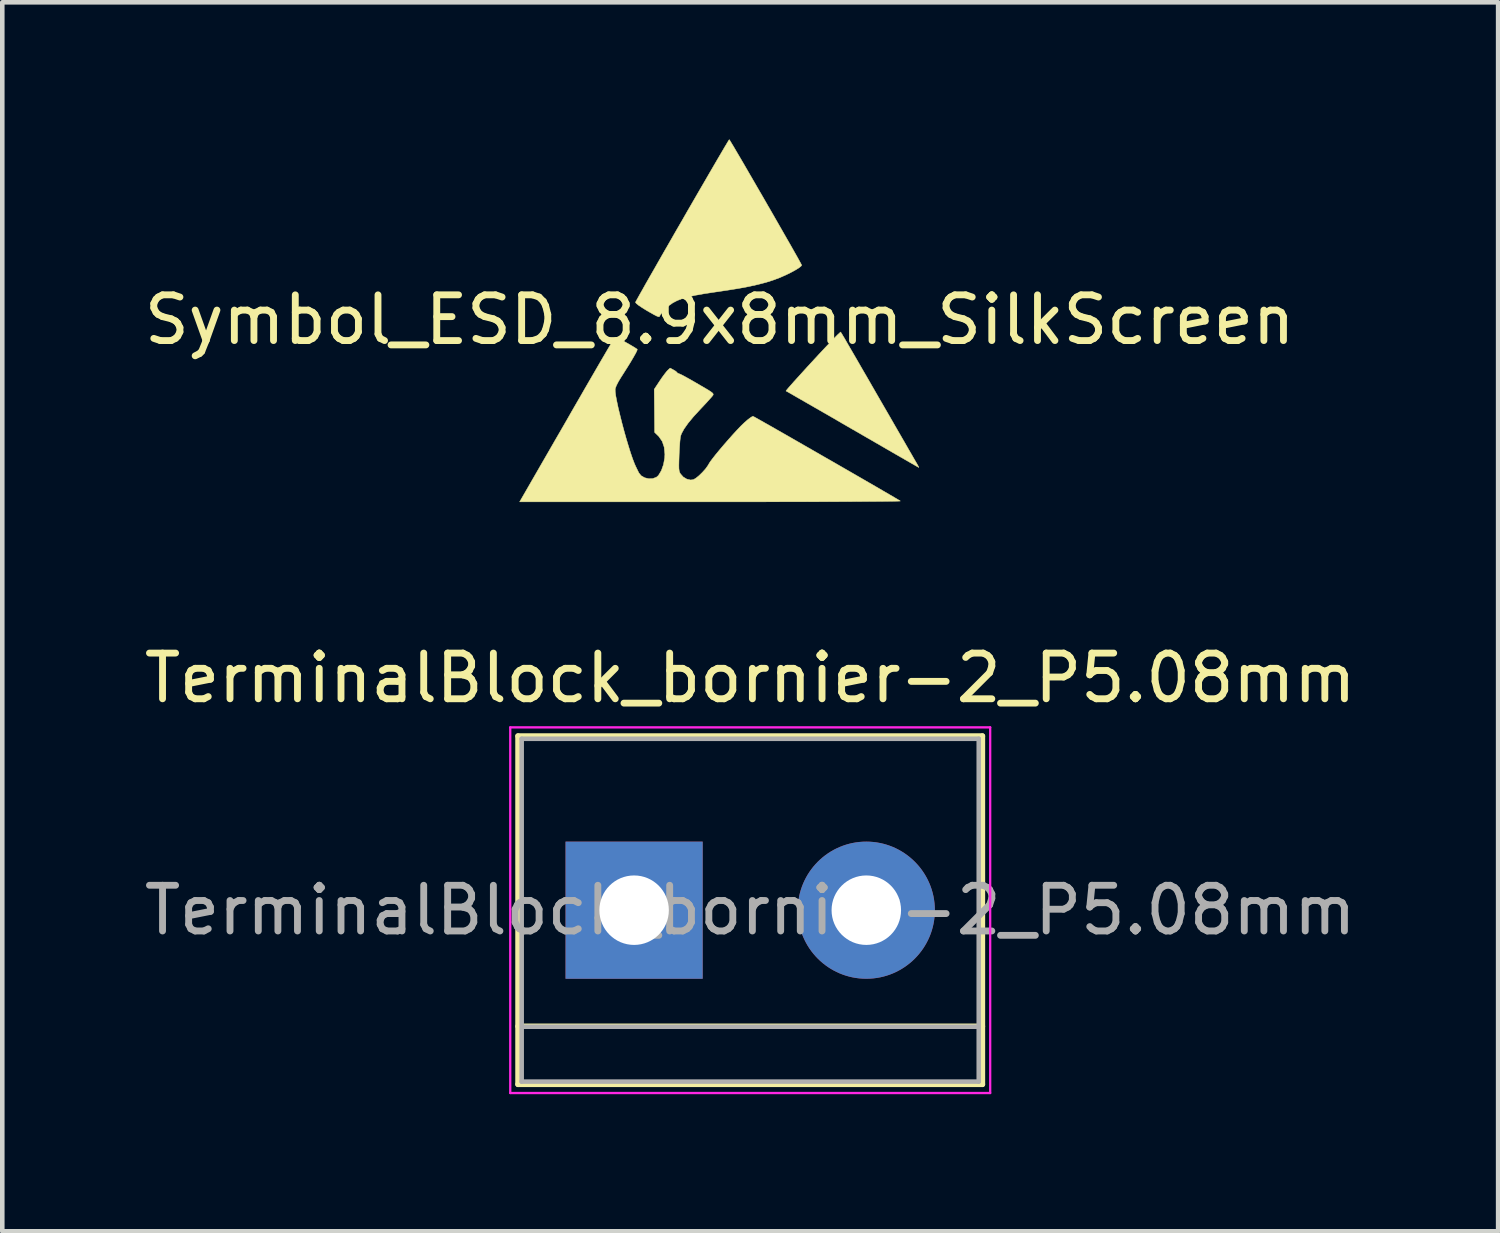
<source format=kicad_pcb>
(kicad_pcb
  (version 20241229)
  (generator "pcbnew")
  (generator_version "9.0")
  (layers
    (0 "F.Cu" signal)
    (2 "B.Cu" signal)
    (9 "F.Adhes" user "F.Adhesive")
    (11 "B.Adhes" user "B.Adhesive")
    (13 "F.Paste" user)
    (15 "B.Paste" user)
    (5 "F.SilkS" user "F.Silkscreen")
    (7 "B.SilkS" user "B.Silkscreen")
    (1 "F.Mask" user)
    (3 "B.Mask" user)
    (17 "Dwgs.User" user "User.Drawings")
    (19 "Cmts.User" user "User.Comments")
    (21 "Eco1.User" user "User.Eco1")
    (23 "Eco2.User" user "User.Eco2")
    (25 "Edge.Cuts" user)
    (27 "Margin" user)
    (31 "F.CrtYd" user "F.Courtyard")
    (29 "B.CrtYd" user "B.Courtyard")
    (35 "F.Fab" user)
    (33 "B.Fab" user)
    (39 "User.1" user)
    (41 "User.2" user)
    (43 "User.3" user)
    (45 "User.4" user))
  (footprint "TerminalBlock_bornier-2_P5.08mm"
    (layer "F.Cu")
    (at 10.823 16.863)
    (property "Reference" "TerminalBlock_bornier-2_P5.08mm" (at 2.54 -5.08 0) (layer "F.SilkS") (effects (font (size 1 1) (thickness 0.15))))
    (attr through_hole)
    (fp_line (start -2.54 -3.81) (end -2.54 3.81) (stroke (width 0.12) (type solid)) (layer "F.SilkS"))
    (fp_line (start -2.54 3.81) (end 7.62 3.81) (stroke (width 0.12) (type solid)) (layer "F.SilkS"))
    (fp_line (start 7.62 -3.81) (end -2.54 -3.81) (stroke (width 0.12) (type solid)) (layer "F.SilkS"))
    (fp_line (start 7.62 2.54) (end -2.54 2.54) (stroke (width 0.12) (type solid)) (layer "F.SilkS"))
    (fp_line (start 7.62 3.81) (end 7.62 -3.81) (stroke (width 0.12) (type solid)) (layer "F.SilkS"))
    (fp_line (start -2.71 -4) (end -2.71 4) (stroke (width 0.05) (type solid)) (layer "F.CrtYd"))
    (fp_line (start -2.71 -4) (end 7.79 -4) (stroke (width 0.05) (type solid)) (layer "F.CrtYd"))
    (fp_line (start 7.79 4) (end -2.71 4) (stroke (width 0.05) (type solid)) (layer "F.CrtYd"))
    (fp_line (start 7.79 4) (end 7.79 -4) (stroke (width 0.05) (type solid)) (layer "F.CrtYd"))
    (fp_line (start -2.46 -3.75) (end -2.46 3.75) (stroke (width 0.1) (type solid)) (layer "F.Fab"))
    (fp_line (start -2.46 3.75) (end 7.54 3.75) (stroke (width 0.1) (type solid)) (layer "F.Fab"))
    (fp_line (start -2.41 2.55) (end 7.49 2.55) (stroke (width 0.1) (type solid)) (layer "F.Fab"))
    (fp_line (start 7.54 -3.75) (end -2.46 -3.75) (stroke (width 0.1) (type solid)) (layer "F.Fab"))
    (fp_line (start 7.54 3.75) (end 7.54 -3.75) (stroke (width 0.1) (type solid)) (layer "F.Fab"))
    (fp_text user "${REFERENCE}" (at 2.54 0 0) (layer "F.Fab") (effects (font (size 1 1) (thickness 0.15))))
    (pad "1" thru_hole rect (at 0 0) (size 3 3) (drill 1.52) (layers "*.Cu" "*.Mask"))
    (pad "2" thru_hole circle (at 5.08 0) (size 3 3) (drill 1.52) (layers "*.Cu" "*.Mask")))
  (footprint "Symbol_ESD_8.9x8mm_SilkScreen"
    (layer "F.Cu")
    (at 12.696 3.946)
    (property "Reference" "Symbol_ESD_8.9x8mm_SilkScreen" (at 0 0 0) (layer "F.SilkS") (effects (font (size 1 1) (thickness 0.15))))
    (attr exclude_from_pos_files exclude_from_bom)
    (fp_poly (pts (xy 2.676 0.316) (xy 2.691 0.342) (xy 2.726 0.4) (xy 2.778 0.49) (xy 2.845 0.606) (xy 2.927 0.747) (xy 3.021 0.909) (xy 3.125 1.09) (xy 3.239 1.286) (xy 3.359 1.495) (xy 3.483 1.71) (xy 3.61 1.93) (xy 3.732 2.14) (xy 3.846 2.339) (xy 3.953 2.524) (xy 4.049 2.69) (xy 4.132 2.835) (xy 4.202 2.956) (xy 4.256 3.05) (xy 4.293 3.114) (xy 4.311 3.144) (xy 4.339 3.194) (xy 4.354 3.226) (xy 4.355 3.231) (xy 4.336 3.221) (xy 4.284 3.191) (xy 4.202 3.144) (xy 4.091 3.08) (xy 3.955 3.002) (xy 3.797 2.911) (xy 3.619 2.808) (xy 3.424 2.695) (xy 3.214 2.574) (xy 2.993 2.446) (xy 2.909 2.398) (xy 2.684 2.268) (xy 2.47 2.143) (xy 2.268 2.027) (xy 2.082 1.92) (xy 1.915 1.824) (xy 1.769 1.74) (xy 1.647 1.67) (xy 1.552 1.615) (xy 1.487 1.578) (xy 1.454 1.56) (xy 1.45 1.558) (xy 1.46 1.542) (xy 1.495 1.5) (xy 1.552 1.435) (xy 1.626 1.351) (xy 1.715 1.253) (xy 1.814 1.144) (xy 1.92 1.027) (xy 2.03 0.908) (xy 2.14 0.789) (xy 2.246 0.675) (xy 2.345 0.57) (xy 2.433 0.477) (xy 2.507 0.401) (xy 2.562 0.345) (xy 2.581 0.326) (xy 2.645 0.267) (xy 2.676 0.316)) (stroke (width 0.01) (type solid)) (fill yes) (layer "F.SilkS"))
    (fp_poly (pts (xy 0.221 -3.924) (xy 0.252 -3.873) (xy 0.3 -3.794) (xy 0.362 -3.688) (xy 0.438 -3.559) (xy 0.524 -3.412) (xy 0.619 -3.248) (xy 0.721 -3.072) (xy 0.828 -2.887) (xy 0.939 -2.696) (xy 1.05 -2.503) (xy 1.161 -2.311) (xy 1.268 -2.124) (xy 1.371 -1.944) (xy 1.467 -1.776) (xy 1.555 -1.623) (xy 1.631 -1.488) (xy 1.696 -1.374) (xy 1.745 -1.285) (xy 1.778 -1.224) (xy 1.793 -1.195) (xy 1.793 -1.193) (xy 1.775 -1.169) (xy 1.725 -1.131) (xy 1.648 -1.084) (xy 1.552 -1.032) (xy 1.45 -0.982) (xy 1.312 -0.921) (xy 1.167 -0.867) (xy 1.01 -0.817) (xy 0.836 -0.772) (xy 0.639 -0.728) (xy 0.416 -0.686) (xy 0.16 -0.645) (xy -0.104 -0.606) (xy -0.334 -0.571) (xy -0.527 -0.537) (xy -0.688 -0.501) (xy -0.822 -0.463) (xy -0.933 -0.419) (xy -1.027 -0.37) (xy -1.109 -0.312) (xy -1.182 -0.244) (xy -1.206 -0.219) (xy -1.258 -0.16) (xy -1.296 -0.112) (xy -1.313 -0.084) (xy -1.314 -0.082) (xy -1.32 -0.068) (xy -1.341 -0.067) (xy -1.382 -0.083) (xy -1.447 -0.117) (xy -1.541 -0.17) (xy -1.606 -0.208) (xy -1.702 -0.268) (xy -1.778 -0.319) (xy -1.826 -0.358) (xy -1.843 -0.381) (xy -1.843 -0.381) (xy -1.833 -0.403) (xy -1.803 -0.457) (xy -1.756 -0.542) (xy -1.693 -0.653) (xy -1.617 -0.789) (xy -1.528 -0.945) (xy -1.428 -1.119) (xy -1.32 -1.309) (xy -1.205 -1.51) (xy -1.084 -1.72) (xy -0.96 -1.937) (xy -0.833 -2.156) (xy -0.707 -2.376) (xy -0.582 -2.592) (xy -0.46 -2.803) (xy -0.343 -3.004) (xy -0.233 -3.194) (xy -0.131 -3.369) (xy -0.039 -3.527) (xy 0.041 -3.663) (xy 0.107 -3.776) (xy 0.158 -3.861) (xy 0.192 -3.918) (xy 0.208 -3.941) (xy 0.209 -3.941) (xy 0.221 -3.924)) (stroke (width 0.01) (type solid)) (fill yes) (layer "F.SilkS"))
    (fp_poly (pts (xy -2.259 0.392) (xy -2.215 0.409) (xy -2.149 0.443) (xy -2.053 0.495) (xy -2.045 0.5) (xy -1.957 0.55) (xy -1.883 0.594) (xy -1.829 0.628) (xy -1.804 0.646) (xy -1.804 0.647) (xy -1.81 0.672) (xy -1.837 0.729) (xy -1.885 0.814) (xy -1.95 0.925) (xy -2.032 1.057) (xy -2.128 1.209) (xy -2.152 1.246) (xy -2.215 1.349) (xy -2.26 1.437) (xy -2.285 1.504) (xy -2.287 1.517) (xy -2.286 1.574) (xy -2.274 1.666) (xy -2.251 1.785) (xy -2.221 1.927) (xy -2.183 2.084) (xy -2.141 2.252) (xy -2.095 2.425) (xy -2.047 2.596) (xy -1.998 2.759) (xy -1.951 2.91) (xy -1.906 3.041) (xy -1.865 3.148) (xy -1.837 3.211) (xy -1.804 3.279) (xy -1.772 3.344) (xy -1.771 3.347) (xy -1.719 3.412) (xy -1.642 3.456) (xy -1.554 3.477) (xy -1.464 3.474) (xy -1.385 3.444) (xy -1.341 3.406) (xy -1.277 3.3) (xy -1.23 3.167) (xy -1.204 3.023) (xy -1.2 2.94) (xy -1.215 2.787) (xy -1.258 2.66) (xy -1.332 2.553) (xy -1.355 2.53) (xy -1.424 2.463) (xy -1.428 1.992) (xy -1.433 1.521) (xy -1.313 1.339) (xy -1.257 1.257) (xy -1.202 1.183) (xy -1.158 1.127) (xy -1.139 1.107) (xy -1.085 1.057) (xy -1.012 1.096) (xy -0.965 1.124) (xy -0.94 1.146) (xy -0.938 1.15) (xy -0.921 1.167) (xy -0.892 1.179) (xy -0.863 1.191) (xy -0.819 1.212) (xy -0.756 1.246) (xy -0.671 1.293) (xy -0.559 1.357) (xy -0.417 1.44) (xy -0.339 1.485) (xy -0.248 1.539) (xy -0.189 1.578) (xy -0.155 1.605) (xy -0.142 1.626) (xy -0.145 1.645) (xy -0.147 1.649) (xy -0.168 1.677) (xy -0.213 1.728) (xy -0.276 1.798) (xy -0.353 1.881) (xy -0.419 1.951) (xy -0.572 2.117) (xy -0.692 2.262) (xy -0.779 2.385) (xy -0.836 2.489) (xy -0.855 2.542) (xy -0.863 2.588) (xy -0.871 2.667) (xy -0.878 2.77) (xy -0.885 2.887) (xy -0.888 2.961) (xy -0.892 3.089) (xy -0.894 3.183) (xy -0.893 3.25) (xy -0.888 3.296) (xy -0.88 3.329) (xy -0.867 3.357) (xy -0.856 3.374) (xy -0.797 3.44) (xy -0.72 3.486) (xy -0.639 3.505) (xy -0.578 3.498) (xy -0.523 3.467) (xy -0.454 3.411) (xy -0.381 3.34) (xy -0.313 3.265) (xy -0.261 3.193) (xy -0.241 3.159) (xy -0.212 3.111) (xy -0.159 3.04) (xy -0.087 2.948) (xy -0.001 2.844) (xy 0.094 2.732) (xy 0.194 2.617) (xy 0.293 2.506) (xy 0.387 2.404) (xy 0.471 2.316) (xy 0.538 2.252) (xy 0.611 2.188) (xy 0.673 2.141) (xy 0.716 2.115) (xy 0.73 2.112) (xy 0.752 2.124) (xy 0.807 2.154) (xy 0.892 2.202) (xy 1.003 2.265) (xy 1.138 2.341) (xy 1.293 2.43) (xy 1.465 2.528) (xy 1.651 2.635) (xy 1.848 2.748) (xy 2.052 2.865) (xy 2.26 2.985) (xy 2.47 3.105) (xy 2.678 3.225) (xy 2.881 3.342) (xy 3.075 3.454) (xy 3.258 3.56) (xy 3.426 3.657) (xy 3.577 3.745) (xy 3.706 3.82) (xy 3.812 3.882) (xy 3.89 3.928) (xy 3.937 3.956) (xy 3.951 3.965) (xy 3.932 3.967) (xy 3.874 3.969) (xy 3.778 3.97) (xy 3.646 3.972) (xy 3.48 3.974) (xy 3.282 3.975) (xy 3.054 3.976) (xy 2.798 3.978) (xy 2.515 3.979) (xy 2.209 3.98) (xy 1.88 3.981) (xy 1.531 3.981) (xy 1.163 3.982) (xy 0.779 3.983) (xy 0.38 3.983) (xy -0.031 3.983) (xy -0.203 3.983) (xy -4.377 3.983) (xy -4.08 3.467) (xy -4.017 3.358) (xy -3.936 3.217) (xy -3.839 3.049) (xy -3.73 2.86) (xy -3.611 2.653) (xy -3.484 2.434) (xy -3.353 2.207) (xy -3.221 1.976) (xy -3.089 1.747) (xy -3.055 1.689) (xy -2.934 1.478) (xy -2.818 1.278) (xy -2.709 1.09) (xy -2.61 0.919) (xy -2.521 0.767) (xy -2.445 0.637) (xy -2.383 0.532) (xy -2.338 0.456) (xy -2.31 0.41) (xy -2.303 0.399) (xy -2.286 0.389) (xy -2.259 0.392)) (stroke (width 0.01) (type solid)) (fill yes) (layer "F.SilkS")))
  (gr_rect
    (start -3 -3)
    (end 29.726 23.888)
    (stroke (width 0.1) (type default))
    (fill no)
    (layer "Edge.Cuts")))
</source>
